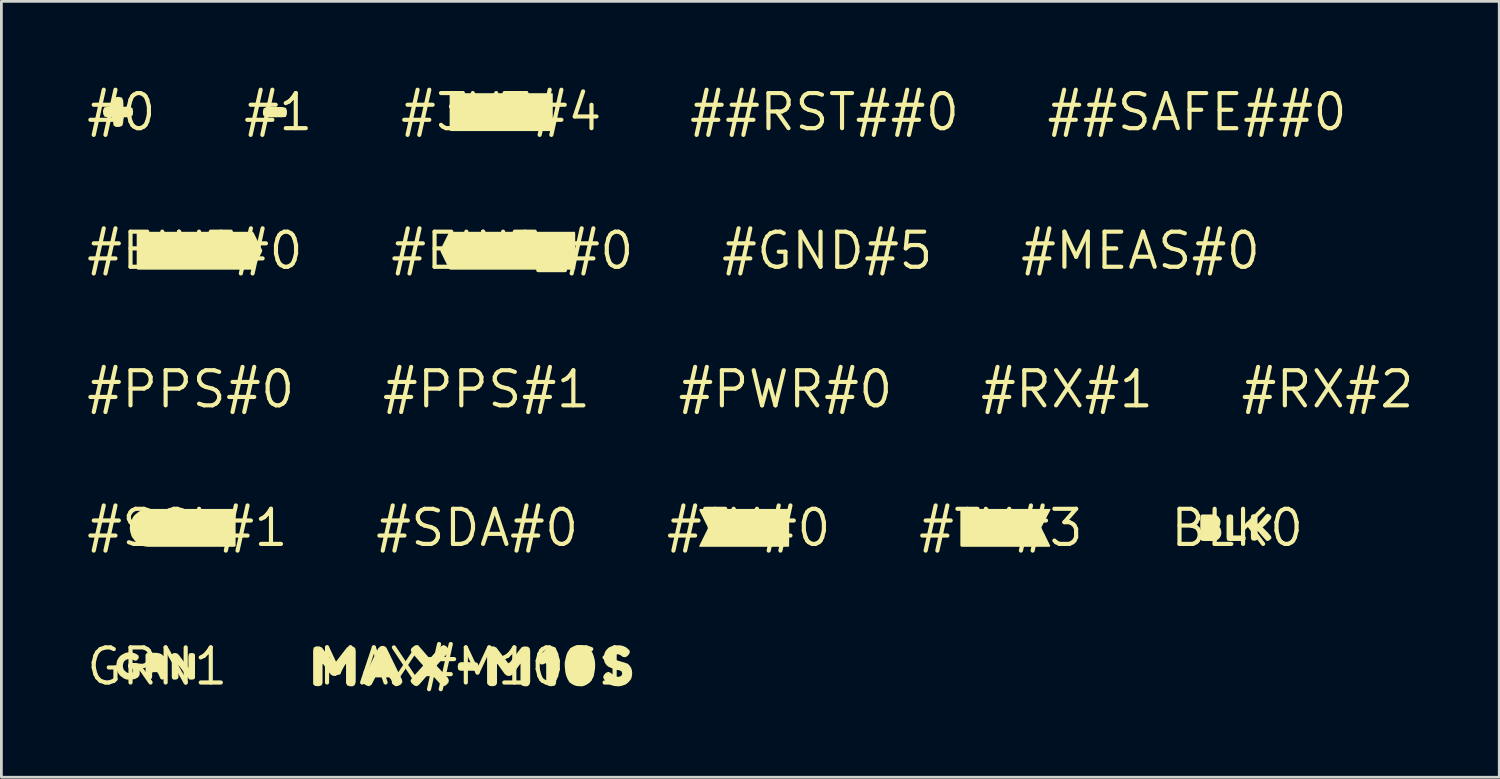
<source format=kicad_pcb>
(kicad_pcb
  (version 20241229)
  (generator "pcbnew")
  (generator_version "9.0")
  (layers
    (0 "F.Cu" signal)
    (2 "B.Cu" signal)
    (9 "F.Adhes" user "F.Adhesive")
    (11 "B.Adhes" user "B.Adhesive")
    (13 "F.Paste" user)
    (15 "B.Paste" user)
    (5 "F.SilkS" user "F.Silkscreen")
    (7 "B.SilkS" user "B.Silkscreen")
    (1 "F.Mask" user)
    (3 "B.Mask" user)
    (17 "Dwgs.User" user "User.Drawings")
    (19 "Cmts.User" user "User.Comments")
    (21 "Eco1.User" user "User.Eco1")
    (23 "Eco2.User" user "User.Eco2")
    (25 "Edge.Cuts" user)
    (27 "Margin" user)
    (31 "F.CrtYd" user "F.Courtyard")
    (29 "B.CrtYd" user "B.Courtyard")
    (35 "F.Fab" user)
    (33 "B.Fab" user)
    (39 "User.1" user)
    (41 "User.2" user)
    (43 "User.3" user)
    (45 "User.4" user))
  (footprint "#RX#1"
    (layer "F.Cu")
    (at 35.54 11.031)
    (property "Reference" "#RX#1" (at 0 0 0) (layer "F.SilkS") (effects (font (size 1.27 1.27) (thickness 0.15))))
    (fp_poly (pts (xy -0.726 -0.034) (xy -0.73 -0.03) (xy -0.73 -0.035) (xy -0.728 -0.035)) (stroke (width 0) (type default)) (fill yes) (layer "F.SilkS")))
  (footprint "#3V3#4"
    (layer "F.Cu")
    (at 15.078 1.006)
    (property "Reference" "#3V3#4" (at 0 0 0) (layer "F.SilkS") (effects (font (size 1.27 1.27) (thickness 0.15))))
    (fp_poly (pts (xy 1.8 -0.685) (xy 1.865 -0.674) (xy 1.865 0.62) (xy 1.854 0.685) (xy -1.811 0.685) (xy -1.865 0.663) (xy -1.865 -0.631) (xy -1.843 -0.685)) (stroke (width 0) (type default)) (fill yes) (layer "F.SilkS")))
  (footprint "BLK0"
    (layer "F.Cu")
    (at 41.699 16.043)
    (property "Reference" "BLK0" (at 0 0 0) (layer "F.SilkS") (effects (font (size 1.27 1.27) (thickness 0.15))))
    (fp_poly (pts (xy -0.155 -0.453) (xy -0.145 -0.39) (xy -0.145 0.275) (xy 0.19 0.275) (xy 0.263 0.285) (xy 0.305 0.338) (xy 0.305 0.411) (xy 0.273 0.465) (xy 0.21 0.475) (xy -0.27 0.475) (xy -0.343 0.465) (xy -0.375 0.422) (xy -0.385 0.35) (xy -0.385 -0.401) (xy -0.364 -0.453) (xy -0.311 -0.485) (xy -0.219 -0.485)) (stroke (width 0) (type default)) (fill yes) (layer "F.SilkS"))
    (fp_poly (pts (xy -0.778 -0.465) (xy -0.717 -0.434) (xy -0.666 -0.383) (xy -0.625 -0.322) (xy -0.605 -0.261) (xy -0.605 -0.19) (xy -0.615 -0.119) (xy -0.635 -0.058) (xy -0.644 -0.031) (xy -0.606 0.018) (xy -0.585 0.079) (xy -0.575 0.15) (xy -0.575 0.221) (xy -0.595 0.292) (xy -0.626 0.353) (xy -0.677 0.404) (xy -0.728 0.445) (xy -0.799 0.465) (xy -0.86 0.475) (xy -1.2 0.475) (xy -1.282 0.465) (xy -1.325 0.433) (xy -1.335 0.36) (xy -1.335 -0.39) (xy -1.325 -0.453) (xy -1.271 -0.485) (xy -0.839 -0.485)) (stroke (width 0) (type default)) (fill yes) (layer "F.SilkS"))
    (fp_poly (pts (xy 1.173 -0.484) (xy 1.235 -0.422) (xy 1.235 -0.369) (xy 1.204 -0.307) (xy 1.164 -0.267) (xy 1.084 -0.177) (xy 0.963 -0.056) (xy 0.917 -0.02) (xy 1.084 0.147) (xy 1.194 0.267) (xy 1.235 0.328) (xy 1.235 0.382) (xy 1.173 0.444) (xy 1.111 0.475) (xy 1.058 0.465) (xy 1.006 0.413) (xy 0.743 0.111) (xy 0.735 0.15) (xy 0.735 0.36) (xy 0.725 0.423) (xy 0.682 0.455) (xy 0.6 0.465) (xy 0.527 0.444) (xy 0.505 0.401) (xy 0.495 0.32) (xy 0.495 -0.421) (xy 0.527 -0.474) (xy 0.589 -0.495) (xy 0.682 -0.495) (xy 0.725 -0.463) (xy 0.735 -0.39) (xy 0.735 -0.19) (xy 0.743 -0.141) (xy 0.886 -0.303) (xy 1.006 -0.443) (xy 1.057 -0.494) (xy 1.11 -0.515)) (stroke (width 0) (type default)) (fill yes) (layer "F.SilkS")))
  (footprint "#0"
    (layer "F.Cu")
    (at 1.338 1.006)
    (property "Reference" "#0" (at 0 0 0) (layer "F.SilkS") (effects (font (size 1.27 1.27) (thickness 0.15))))
    (fp_poly (pts (xy 0.024 -0.524) (xy 0.065 -0.431) (xy 0.075 -0.31) (xy 0.075 -0.195) (xy 0.311 -0.195) (xy 0.405 -0.143) (xy 0.425 -0.02) (xy 0.415 0.102) (xy 0.342 0.175) (xy 0.21 0.185) (xy 0.094 0.185) (xy 0.075 0.271) (xy 0.065 0.391) (xy 0.034 0.494) (xy -0.069 0.535) (xy -0.202 0.535) (xy -0.285 0.473) (xy -0.295 0.35) (xy -0.295 0.233) (xy -0.362 0.185) (xy -0.48 0.185) (xy -0.603 0.165) (xy -0.655 0.071) (xy -0.665 -0.051) (xy -0.624 -0.164) (xy -0.511 -0.195) (xy -0.39 -0.195) (xy -0.295 -0.214) (xy -0.295 -0.33) (xy -0.285 -0.452) (xy -0.223 -0.535) (xy -0.1 -0.555)) (stroke (width 0) (type default)) (fill yes) (layer "F.SilkS")))
  (footprint "#EINT_#0"
    (layer "F.Cu")
    (at 15.48 6.019)
    (property "Reference" "#EINT_#0" (at 0 0 0) (layer "F.SilkS") (effects (font (size 1.27 1.27) (thickness 0.15))))
    (fp_poly (pts (xy 2.264 -0.685) (xy 2.275 -0.62) (xy 2.275 0.663) (xy 2.221 0.685) (xy -2.252 0.685) (xy -2.294 0.643) (xy -2.595 0.032) (xy -2.605 -0.031) (xy -2.304 -0.633) (xy -2.262 -0.685)) (stroke (width 0) (type default)) (fill yes) (layer "F.SilkS")))
  (footprint "#MEAS#0"
    (layer "F.Cu")
    (at 38.201 6.019)
    (property "Reference" "#MEAS#0" (at 0 0 0) (layer "F.SilkS") (effects (font (size 1.27 1.27) (thickness 0.15))))
    (fp_poly (pts (xy 0.62 0.07) (xy 0.615 0.07) (xy 0.615 0.065) (xy 0.62 0.065)) (stroke (width 0) (type default)) (fill yes) (layer "F.SilkS")))
  (footprint "#PWR#0"
    (layer "F.Cu")
    (at 25.359 11.031)
    (property "Reference" "#PWR#0" (at 0 0 0) (layer "F.SilkS") (effects (font (size 1.27 1.27) (thickness 0.15))))
    (fp_poly (pts (xy -1.356 -0.024) (xy -1.36 -0.02) (xy -1.36 -0.025) (xy -1.358 -0.025)) (stroke (width 0) (type default)) (fill yes) (layer "F.SilkS")))
  (footprint "#TX#0"
    (layer "F.Cu")
    (at 24.028 16.043)
    (property "Reference" "#TX#0" (at 0 0 0) (layer "F.SilkS") (effects (font (size 1.27 1.27) (thickness 0.15))))
    (fp_poly (pts (xy 1.454 -0.685) (xy 1.465 -0.61) (xy 1.465 0.674) (xy 1.39 0.685) (xy -1.786 0.685) (xy -1.775 0.628) (xy -1.475 0.019) (xy -1.485 -0.038) (xy -1.786 -0.64) (xy -1.763 -0.685)) (stroke (width 0) (type default)) (fill yes) (layer "F.SilkS")))
  (footprint "#GND#5"
    (layer "F.Cu")
    (at 26.87 6.019)
    (property "Reference" "#GND#5" (at 0 0 0) (layer "F.SilkS") (effects (font (size 1.27 1.27) (thickness 0.15))))
    (fp_poly (pts (xy 0.825 0.239) (xy 0.82 0.24) (xy 0.82 0.235) (xy 0.824 0.235)) (stroke (width 0) (type default)) (fill yes) (layer "F.SilkS")))
  (footprint "#SCL#1"
    (layer "F.Cu")
    (at 3.727 16.043)
    (property "Reference" "#SCL#1" (at 0 0 0) (layer "F.SilkS") (effects (font (size 1.27 1.27) (thickness 0.15))))
    (fp_poly (pts (xy -1.397 -0.685) (xy 1.723 -0.685) (xy 1.745 -0.631) (xy 1.745 0.663) (xy 1.691 0.685) (xy -1.43 0.685) (xy -1.501 0.675) (xy -1.571 0.665) (xy -1.632 0.645) (xy -1.753 0.584) (xy -1.813 0.544) (xy -1.863 0.504) (xy -1.914 0.453) (xy -1.954 0.393) (xy -1.994 0.343) (xy -2.025 0.282) (xy -2.045 0.211) (xy -2.065 0.151) (xy -2.075 0.081) (xy -2.085 0.01) (xy -2.075 -0.05) (xy -2.075 -0.121) (xy -2.055 -0.191) (xy -2.035 -0.252) (xy -1.974 -0.373) (xy -1.934 -0.433) (xy -1.883 -0.484) (xy -1.833 -0.524) (xy -1.783 -0.564) (xy -1.723 -0.604) (xy -1.662 -0.635) (xy -1.591 -0.655) (xy -1.531 -0.675) (xy -1.46 -0.675) (xy -1.408 -0.684) (xy -1.409 -0.685) (xy -1.4 -0.685) (xy -1.398 -0.685)) (stroke (width 0) (type default)) (fill yes) (layer "F.SilkS")))
  (footprint "##SAFE##0"
    (layer "F.Cu")
    (at 40.247 1.006)
    (property "Reference" "##SAFE##0" (at 0 0 0) (layer "F.SilkS") (effects (font (size 1.27 1.27) (thickness 0.15))))
    (fp_poly (pts (xy -0.52 0.2) (xy -0.525 0.2) (xy -0.525 0.195) (xy -0.52 0.195)) (stroke (width 0) (type default)) (fill yes) (layer "F.SilkS")))
  (footprint "#EINT#0"
    (layer "F.Cu")
    (at 3.999 6.019)
    (property "Reference" "#EINT#0" (at 0 0 0) (layer "F.SilkS") (effects (font (size 1.27 1.27) (thickness 0.15))))
    (fp_poly (pts (xy 2.092 -0.685) (xy 2.134 -0.633) (xy 2.435 -0.021) (xy 2.425 0.042) (xy 2.124 0.643) (xy 2.072 0.685) (xy -2.051 0.685) (xy -2.105 0.663) (xy -2.105 -0.63) (xy -2.094 -0.685)) (stroke (width 0) (type default)) (fill yes) (layer "F.SilkS")))
  (footprint "GRN1"
    (layer "F.Cu")
    (at 2.638 21.056)
    (property "Reference" "GRN1" (at 0 0 0) (layer "F.SilkS") (effects (font (size 1.27 1.27) (thickness 0.15))))
    (fp_poly (pts (xy 0.733 -0.464) (xy 0.784 -0.413) (xy 0.984 -0.143) (xy 1.125 0.054) (xy 1.125 -0.33) (xy 1.135 -0.401) (xy 1.146 -0.464) (xy 1.219 -0.485) (xy 1.291 -0.485) (xy 1.355 -0.453) (xy 1.365 -0.39) (xy 1.365 0.422) (xy 1.322 0.465) (xy 1.24 0.475) (xy 1.168 0.475) (xy 1.116 0.413) (xy 0.765 -0.055) (xy 0.765 0.401) (xy 0.733 0.454) (xy 0.671 0.475) (xy 0.578 0.475) (xy 0.535 0.432) (xy 0.525 0.37) (xy 0.525 -0.37) (xy 0.535 -0.443) (xy 0.588 -0.485) (xy 0.661 -0.485)) (stroke (width 0) (type default)) (fill yes) (layer "F.SilkS"))
    (fp_poly (pts (xy 0.081 -0.475) (xy 0.153 -0.444) (xy 0.207 -0.401) (xy 0.16 -0.347) (xy 0.21 -0.397) (xy 0.254 -0.353) (xy 0.295 -0.292) (xy 0.315 -0.231) (xy 0.325 -0.16) (xy 0.325 -0.089) (xy 0.305 -0.018) (xy 0.274 0.043) (xy 0.235 0.091) (xy 0.245 0.139) (xy 0.294 0.268) (xy 0.315 0.298) (xy 0.335 0.37) (xy 0.314 0.424) (xy 0.232 0.465) (xy 0.169 0.475) (xy 0.116 0.443) (xy 0.046 0.282) (xy -0.003 0.205) (xy -0.139 0.205) (xy -0.185 0.223) (xy -0.185 0.36) (xy -0.195 0.422) (xy -0.238 0.465) (xy -0.32 0.475) (xy -0.394 0.454) (xy -0.415 0.401) (xy -0.425 0.33) (xy -0.425 -0.421) (xy -0.393 -0.474) (xy -0.321 -0.495) (xy -0.04 -0.495)) (stroke (width 0) (type default)) (fill yes) (layer "F.SilkS"))
    (fp_poly (pts (xy -0.879 -0.495) (xy -0.808 -0.475) (xy -0.747 -0.444) (xy -0.686 -0.403) (xy -0.665 -0.34) (xy -0.686 -0.277) (xy -0.748 -0.215) (xy -0.801 -0.205) (xy -0.922 -0.265) (xy -0.99 -0.275) (xy -1.059 -0.265) (xy -1.118 -0.245) (xy -1.177 -0.206) (xy -1.215 -0.158) (xy -1.235 -0.089) (xy -1.245 -0.02) (xy -1.235 0.049) (xy -1.216 0.108) (xy -1.176 0.156) (xy -1.117 0.206) (xy -1.059 0.235) (xy -0.931 0.235) (xy -0.875 0.207) (xy -0.875 0.085) (xy -1.012 0.075) (xy -1.055 0.032) (xy -1.055 -0.041) (xy -1.034 -0.104) (xy -0.971 -0.125) (xy -0.759 -0.125) (xy -0.688 -0.105) (xy -0.645 -0.073) (xy -0.635 -0.000355) (xy -0.635 0.281) (xy -0.656 0.342) (xy -0.697 0.394) (xy -0.748 0.424) (xy -0.808 0.455) (xy -0.879 0.465) (xy -0.95 0.475) (xy -1.091 0.475) (xy -1.162 0.455) (xy -1.223 0.424) (xy -1.273 0.384) (xy -1.333 0.344) (xy -1.374 0.293) (xy -1.414 0.233) (xy -1.445 0.172) (xy -1.465 0.111) (xy -1.485 0.041) (xy -1.485 -0.03) (xy -1.475 -0.101) (xy -1.465 -0.161) (xy -1.445 -0.232) (xy -1.414 -0.283) (xy -1.374 -0.343) (xy -1.323 -0.394) (xy -1.263 -0.434) (xy -1.142 -0.495) (xy -1.081 -0.505) (xy -1.01 -0.515) (xy -0.939 -0.515)) (stroke (width 0) (type default)) (fill yes) (layer "F.SilkS")))
  (footprint "#SDA#0"
    (layer "F.Cu")
    (at 14.21 16.043)
    (property "Reference" "#SDA#0" (at 0 0 0) (layer "F.SilkS") (effects (font (size 1.27 1.27) (thickness 0.15))))
    (fp_poly (pts (xy -0.318 0.236) (xy -0.32 0.24) (xy -0.32 0.235) (xy -0.319 0.235)) (stroke (width 0) (type default)) (fill yes) (layer "F.SilkS")))
  (footprint "#PPS#0"
    (layer "F.Cu")
    (at 3.848 11.031)
    (property "Reference" "#PPS#0" (at 0 0 0) (layer "F.SilkS") (effects (font (size 1.27 1.27) (thickness 0.15))))
    (fp_poly (pts (xy -0.136 -0.022) (xy -0.14 -0.02) (xy -0.14 -0.025) (xy -0.137 -0.025)) (stroke (width 0) (type default)) (fill yes) (layer "F.SilkS")))
  (footprint "#TX#3"
    (layer "F.Cu")
    (at 33.151 16.043)
    (property "Reference" "#TX#3" (at 0 0 0) (layer "F.SilkS") (effects (font (size 1.27 1.27) (thickness 0.15))))
    (fp_poly (pts (xy 1.797 -0.685) (xy 1.775 -0.618) (xy 1.465 -0.02) (xy 1.485 0.038) (xy 1.786 0.65) (xy 1.763 0.685) (xy -1.422 0.685) (xy -1.465 0.652) (xy -1.465 -0.642) (xy -1.433 -0.685)) (stroke (width 0) (type default)) (fill yes) (layer "F.SilkS")))
  (footprint "MAX#M10S1"
    (layer "F.Cu")
    (at 14.131 21.056)
    (property "Reference" "MAX#M10S1" (at 0 0 0) (layer "F.SilkS") (effects (font (size 1.27 1.27) (thickness 0.15))))
    (fp_poly (pts (xy 0.083 -0.134) (xy 0.125 -0.051) (xy 0.125 0.061) (xy 0.083 0.145) (xy -0.02 0.155) (xy -0.542 0.155) (xy -0.615 0.103) (xy -0.625 -0.000247) (xy -0.605 -0.103) (xy -0.532 -0.155) (xy -0.02 -0.155)) (stroke (width 0) (type default)) (fill yes) (layer "F.SilkS"))
    (fp_poly (pts (xy 2.831 -0.715) (xy 2.925 -0.673) (xy 2.935 -0.58) (xy 2.935 0.54) (xy 2.925 0.632) (xy 2.873 0.695) (xy 2.75 0.715) (xy 2.637 0.695) (xy 2.585 0.622) (xy 2.575 0.52) (xy 2.575 -0.079) (xy 2.557 -0.123) (xy 2.461 -0.075) (xy 2.378 -0.075) (xy 2.296 -0.147) (xy 2.245 -0.239) (xy 2.265 -0.322) (xy 2.336 -0.404) (xy 2.567 -0.614) (xy 2.637 -0.674) (xy 2.729 -0.725)) (stroke (width 0) (type default)) (fill yes) (layer "F.SilkS"))
    (fp_poly (pts (xy -3.227 -0.704) (xy -3.186 -0.642) (xy -2.696 0.368) (xy -2.645 0.468) (xy -2.625 0.561) (xy -2.676 0.644) (xy -2.788 0.705) (xy -2.882 0.715) (xy -2.954 0.653) (xy -3.044 0.463) (xy -3.102 0.395) (xy -3.607 0.395) (xy -3.696 0.572) (xy -3.746 0.664) (xy -3.839 0.715) (xy -3.932 0.685) (xy -4.034 0.623) (xy -4.065 0.54) (xy -4.035 0.438) (xy -3.544 -0.572) (xy -3.494 -0.663) (xy -3.412 -0.735) (xy -3.309 -0.745)) (stroke (width 0) (type default)) (fill yes) (layer "F.SilkS"))
    (fp_poly (pts (xy 1.912 -0.715) (xy 1.975 -0.663) (xy 1.995 -0.571) (xy 1.995 0.561) (xy 1.964 0.663) (xy 1.892 0.715) (xy 1.779 0.715) (xy 1.686 0.684) (xy 1.645 0.601) (xy 1.645 -0.105) (xy 1.404 0.223) (xy 1.353 0.294) (xy 1.261 0.345) (xy 1.158 0.335) (xy 1.076 0.274) (xy 0.817 -0.086) (xy 0.795 -0.093) (xy 0.795 0.611) (xy 0.753 0.684) (xy 0.651 0.715) (xy 0.528 0.705) (xy 0.455 0.642) (xy 0.455 -0.58) (xy 0.476 -0.683) (xy 0.559 -0.725) (xy 0.681 -0.725) (xy 0.773 -0.684) (xy 0.834 -0.603) (xy 1.201 -0.117) (xy 1.267 -0.154) (xy 1.496 -0.453) (xy 1.606 -0.593) (xy 1.687 -0.694) (xy 1.779 -0.725)) (stroke (width 0) (type default)) (fill yes) (layer "F.SilkS"))
    (fp_poly (pts (xy -4.398 -0.715) (xy -4.335 -0.663) (xy -4.315 -0.571) (xy -4.315 0.561) (xy -4.346 0.663) (xy -4.418 0.715) (xy -4.531 0.715) (xy -4.624 0.684) (xy -4.665 0.601) (xy -4.665 -0.105) (xy -4.906 0.223) (xy -4.906 0.223) (xy -4.957 0.294) (xy -5.049 0.345) (xy -5.152 0.335) (xy -5.234 0.274) (xy -5.493 -0.086) (xy -5.515 -0.093) (xy -5.515 0.611) (xy -5.557 0.684) (xy -5.659 0.715) (xy -5.782 0.705) (xy -5.855 0.642) (xy -5.855 -0.58) (xy -5.834 -0.683) (xy -5.751 -0.725) (xy -5.629 -0.725) (xy -5.537 -0.684) (xy -5.476 -0.603) (xy -5.109 -0.117) (xy -5.043 -0.154) (xy -4.814 -0.453) (xy -4.704 -0.593) (xy -4.623 -0.694) (xy -4.531 -0.725)) (stroke (width 0) (type default)) (fill yes) (layer "F.SilkS"))
    (fp_poly (pts (xy -1.057 -0.744) (xy -0.966 -0.653) (xy -0.945 -0.58) (xy -0.986 -0.487) (xy -1.393 -0.03) (xy -1.056 0.337) (xy -0.976 0.417) (xy -0.945 0.51) (xy -0.965 0.593) (xy -1.057 0.684) (xy -1.14 0.715) (xy -1.223 0.674) (xy -1.63 0.217) (xy -1.696 0.283) (xy -1.956 0.583) (xy -2.037 0.674) (xy -2.12 0.715) (xy -2.203 0.684) (xy -2.294 0.603) (xy -2.336 0.52) (xy -2.294 0.437) (xy -2.214 0.347) (xy -1.877 -0.03) (xy -1.934 -0.097) (xy -2.274 -0.487) (xy -2.325 -0.569) (xy -2.304 -0.653) (xy -2.213 -0.734) (xy -2.13 -0.775) (xy -2.047 -0.744) (xy -1.966 -0.663) (xy -1.64 -0.287) (xy -1.574 -0.353) (xy -1.304 -0.653) (xy -1.223 -0.734) (xy -1.14 -0.775)) (stroke (width 0) (type default)) (fill yes) (layer "F.SilkS"))
    (fp_poly (pts (xy 3.952 -0.755) (xy 4.033 -0.714) (xy 4.123 -0.654) (xy 4.194 -0.583) (xy 4.244 -0.502) (xy 4.285 -0.402) (xy 4.313 -0.306) (xy 4.314 -0.306) (xy 4.315 -0.301) (xy 4.316 -0.296) (xy 4.316 -0.296) (xy 4.335 -0.201) (xy 4.345 -0.1) (xy 4.345 0.01) (xy 4.335 0.121) (xy 4.315 0.231) (xy 4.295 0.332) (xy 4.255 0.422) (xy 4.214 0.503) (xy 4.153 0.574) (xy 4.073 0.634) (xy 3.982 0.685) (xy 3.891 0.715) (xy 3.78 0.715) (xy 3.669 0.705) (xy 3.578 0.675) (xy 3.487 0.624) (xy 3.406 0.553) (xy 3.356 0.472) (xy 3.315 0.382) (xy 3.285 0.291) (xy 3.265 0.191) (xy 3.255 0.09) (xy 3.245 -0.02) (xy 3.245 -0.14) (xy 3.265 -0.241) (xy 3.285 -0.331) (xy 3.315 -0.442) (xy 3.356 -0.532) (xy 3.406 -0.603) (xy 3.447 -0.664) (xy 3.538 -0.714) (xy 3.628 -0.755) (xy 3.73 -0.775) (xy 3.84 -0.775)) (stroke (width 0) (type default)) (fill yes) (layer "F.SilkS"))
    (fp_poly (pts (xy 5.341 -0.745) (xy 5.442 -0.704) (xy 5.513 -0.654) (xy 5.595 -0.572) (xy 5.595 -0.488) (xy 5.524 -0.386) (xy 5.441 -0.335) (xy 5.348 -0.345) (xy 5.268 -0.406) (xy 5.17 -0.445) (xy 5.073 -0.425) (xy 5.015 -0.359) (xy 5.034 -0.264) (xy 5.122 -0.225) (xy 5.321 -0.165) (xy 5.422 -0.135) (xy 5.513 -0.104) (xy 5.584 -0.043) (xy 5.645 0.048) (xy 5.675 0.139) (xy 5.685 0.25) (xy 5.675 0.351) (xy 5.645 0.452) (xy 5.584 0.533) (xy 5.513 0.604) (xy 5.422 0.654) (xy 5.332 0.695) (xy 5.23 0.715) (xy 5.13 0.715) (xy 5.029 0.705) (xy 4.928 0.675) (xy 4.837 0.624) (xy 4.747 0.554) (xy 4.686 0.493) (xy 4.635 0.401) (xy 4.655 0.318) (xy 4.737 0.226) (xy 4.83 0.195) (xy 4.913 0.236) (xy 5.003 0.306) (xy 5.092 0.365) (xy 5.19 0.375) (xy 5.286 0.346) (xy 5.325 0.269) (xy 5.306 0.183) (xy 5.218 0.135) (xy 5.119 0.125) (xy 5.018 0.095) (xy 4.928 0.055) (xy 4.837 0.014) (xy 4.756 -0.047) (xy 4.695 -0.138) (xy 4.665 -0.229) (xy 4.655 -0.34) (xy 4.675 -0.441) (xy 4.706 -0.532) (xy 4.766 -0.613) (xy 4.837 -0.684) (xy 4.928 -0.725) (xy 5.019 -0.755) (xy 5.13 -0.765) (xy 5.24 -0.765)) (stroke (width 0) (type default)) (fill yes) (layer "F.SilkS")))
  (footprint "##RST##0"
    (layer "F.Cu")
    (at 26.771 1.006)
    (property "Reference" "##RST##0" (at 0 0 0) (layer "F.SilkS") (effects (font (size 1.27 1.27) (thickness 0.15))))
    (fp_poly (pts (xy -1.175 0.108) (xy -1.18 0.11) (xy -1.18 0.105) (xy -1.176 0.105)) (stroke (width 0) (type default)) (fill yes) (layer "F.SilkS")))
  (footprint "#PPS#1"
    (layer "F.Cu")
    (at 14.543 11.031)
    (property "Reference" "#PPS#1" (at 0 0 0) (layer "F.SilkS") (effects (font (size 1.27 1.27) (thickness 0.15))))
    (fp_poly (pts (xy -0.136 -0.022) (xy -0.14 -0.02) (xy -0.14 -0.025) (xy -0.137 -0.025)) (stroke (width 0) (type default)) (fill yes) (layer "F.SilkS")))
  (footprint "#RX#2"
    (layer "F.Cu")
    (at 44.965 11.031)
    (property "Reference" "#RX#2" (at 0 0 0) (layer "F.SilkS") (effects (font (size 1.27 1.27) (thickness 0.15))))
    (fp_poly (pts (xy -0.726 -0.034) (xy -0.73 -0.03) (xy -0.73 -0.035) (xy -0.728 -0.035)) (stroke (width 0) (type default)) (fill yes) (layer "F.SilkS")))
  (footprint "#1"
    (layer "F.Cu")
    (at 7.013 1.006)
    (property "Reference" "#1" (at 0 0 0) (layer "F.SilkS") (effects (font (size 1.27 1.27) (thickness 0.15))))
    (fp_poly (pts (xy 0.274 -0.154) (xy 0.315 -0.061) (xy 0.315 0.071) (xy 0.273 0.175) (xy 0.15 0.185) (xy -0.32 0.185) (xy -0.452 0.175) (xy -0.545 0.113) (xy -0.555 -0.000188) (xy -0.535 -0.123) (xy -0.452 -0.175) (xy -0.32 -0.185) (xy 0.151 -0.185)) (stroke (width 0) (type default)) (fill yes) (layer "F.SilkS")))
  (gr_rect
    (start -3 -3)
    (end 51.177 25.062)
    (stroke (width 0.1) (type default))
    (fill no)
    (layer "Edge.Cuts")))
</source>
